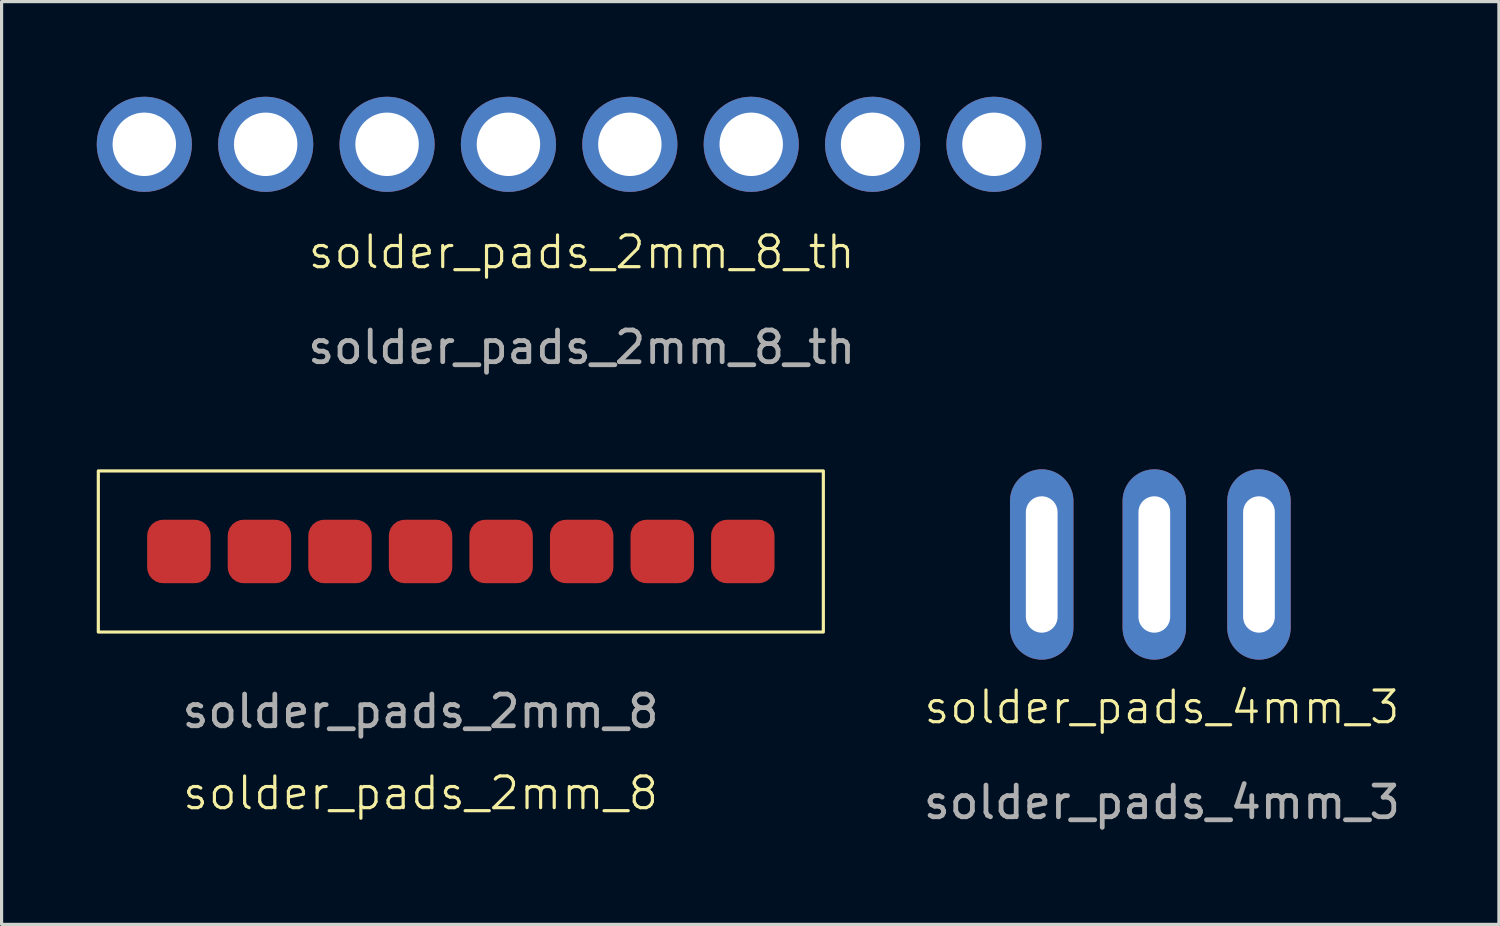
<source format=kicad_pcb>
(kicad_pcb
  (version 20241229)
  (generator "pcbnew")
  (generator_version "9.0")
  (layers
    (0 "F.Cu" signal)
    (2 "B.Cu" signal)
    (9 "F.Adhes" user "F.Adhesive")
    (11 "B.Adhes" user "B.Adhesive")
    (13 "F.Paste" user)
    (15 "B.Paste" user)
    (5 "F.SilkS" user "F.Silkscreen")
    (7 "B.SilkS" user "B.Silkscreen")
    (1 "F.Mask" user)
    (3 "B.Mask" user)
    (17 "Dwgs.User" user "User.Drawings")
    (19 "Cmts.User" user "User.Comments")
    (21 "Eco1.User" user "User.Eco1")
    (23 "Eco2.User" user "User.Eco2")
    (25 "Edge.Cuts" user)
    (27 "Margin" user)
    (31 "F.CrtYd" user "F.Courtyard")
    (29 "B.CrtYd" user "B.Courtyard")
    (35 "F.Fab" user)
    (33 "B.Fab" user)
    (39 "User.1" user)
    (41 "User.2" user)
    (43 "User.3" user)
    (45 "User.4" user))
  (footprint "solder_pads_2mm_8"
    (layer "F.Cu")
    (at 10.21 16.878)
    (property "Reference" "solder_pads_2mm_8" (at 0 5.08 0) (unlocked yes) (layer "F.SilkS") (effects (font (size 1 1) (thickness 0.1))))
    (attr smd)
    (fp_rect (start -10.16 -5.08) (end 12.7 0) (stroke (width 0.1) (type default)) (fill no) (layer "F.SilkS"))
    (fp_text user "${REFERENCE}" (at 0 2.5 0) (unlocked yes) (layer "F.Fab") (effects (font (size 1 1) (thickness 0.15))))
    (pad "1" smd roundrect (at -7.62 -2.54) (size 2 2) (layers "F.Cu" "F.Mask" "F.Paste") (roundrect_rratio 0.25))
    (pad "2" smd roundrect (at -5.08 -2.54) (size 2 2) (layers "F.Cu" "F.Mask" "F.Paste") (roundrect_rratio 0.25))
    (pad "3" smd roundrect (at -2.54 -2.54) (size 2 2) (layers "F.Cu" "F.Mask" "F.Paste") (roundrect_rratio 0.25))
    (pad "4" smd roundrect (at 0 -2.54) (size 2 2) (layers "F.Cu" "F.Mask" "F.Paste") (roundrect_rratio 0.25))
    (pad "5" smd roundrect (at 2.54 -2.54) (size 2 2) (layers "F.Cu" "F.Mask" "F.Paste") (roundrect_rratio 0.25))
    (pad "6" smd roundrect (at 5.08 -2.54) (size 2 2) (layers "F.Cu" "F.Mask" "F.Paste") (roundrect_rratio 0.25))
    (pad "7" smd roundrect (at 7.62 -2.54) (size 2 2) (layers "F.Cu" "F.Mask" "F.Paste") (roundrect_rratio 0.25))
    (pad "8" smd roundrect (at 10.16 -2.54) (size 2 2) (layers "F.Cu" "F.Mask" "F.Paste") (roundrect_rratio 0.25)))
  (footprint "solder_pads_4mm_3"
    (layer "F.Cu")
    (at 33.585 19.748)
    (property "Reference" "solder_pads_4mm_3" (at 0 -0.5 0) (unlocked yes) (layer "F.SilkS") (effects (font (size 1 1) (thickness 0.1))))
    (attr through_hole)
    (fp_text user "${REFERENCE}" (at 0 2.5 0) (unlocked yes) (layer "F.Fab") (effects (font (size 1 1) (thickness 0.15))))
    (pad "1" thru_hole oval (at -3.79 -5 90) (size 6 2) (drill oval 4.3 1) (layers "*.Cu" "*.Mask"))
    (pad "2" thru_hole oval (at -0.24 -5 90) (size 6 2) (drill oval 4.3 1) (layers "*.Cu" "*.Mask"))
    (pad "4" thru_hole oval (at 3.06 -5 90) (size 6 2) (drill oval 4.3 1) (layers "*.Cu" "*.Mask")))
  (footprint "solder_pads_2mm_8_th"
    (layer "F.Cu")
    (at 15.29 5.4)
    (property "Reference" "solder_pads_2mm_8_th" (at 0 -0.5 0) (unlocked yes) (layer "F.SilkS") (effects (font (size 1 1) (thickness 0.1))))
    (attr through_hole)
    (fp_text user "${REFERENCE}" (at 0 2.5 0) (unlocked yes) (layer "F.Fab") (effects (font (size 1 1) (thickness 0.15))))
    (pad "1" thru_hole circle (at -13.79 -3.9 90) (size 3 3) (drill oval 2) (layers "*.Cu" "*.Mask"))
    (pad "2" thru_hole circle (at -9.963 -3.9 90) (size 3 3) (drill oval 2) (layers "*.Cu" "*.Mask"))
    (pad "3" thru_hole circle (at -6.136 -3.9 90) (size 3 3) (drill oval 2) (layers "*.Cu" "*.Mask"))
    (pad "4" thru_hole circle (at -2.309 -3.9 90) (size 3 3) (drill oval 2) (layers "*.Cu" "*.Mask"))
    (pad "5" thru_hole circle (at 1.519 -3.9 90) (size 3 3) (drill oval 2) (layers "*.Cu" "*.Mask"))
    (pad "6" thru_hole circle (at 5.346 -3.9 90) (size 3 3) (drill oval 2) (layers "*.Cu" "*.Mask"))
    (pad "7" thru_hole circle (at 9.173 -3.9 90) (size 3 3) (drill oval 2) (layers "*.Cu" "*.Mask"))
    (pad "8" thru_hole circle (at 13 -3.9 90) (size 3 3) (drill oval 2) (layers "*.Cu" "*.Mask")))
  (gr_rect
    (start -3 -3)
    (end 44.21 26.096)
    (stroke (width 0.1) (type default))
    (fill no)
    (layer "Edge.Cuts")))
</source>
